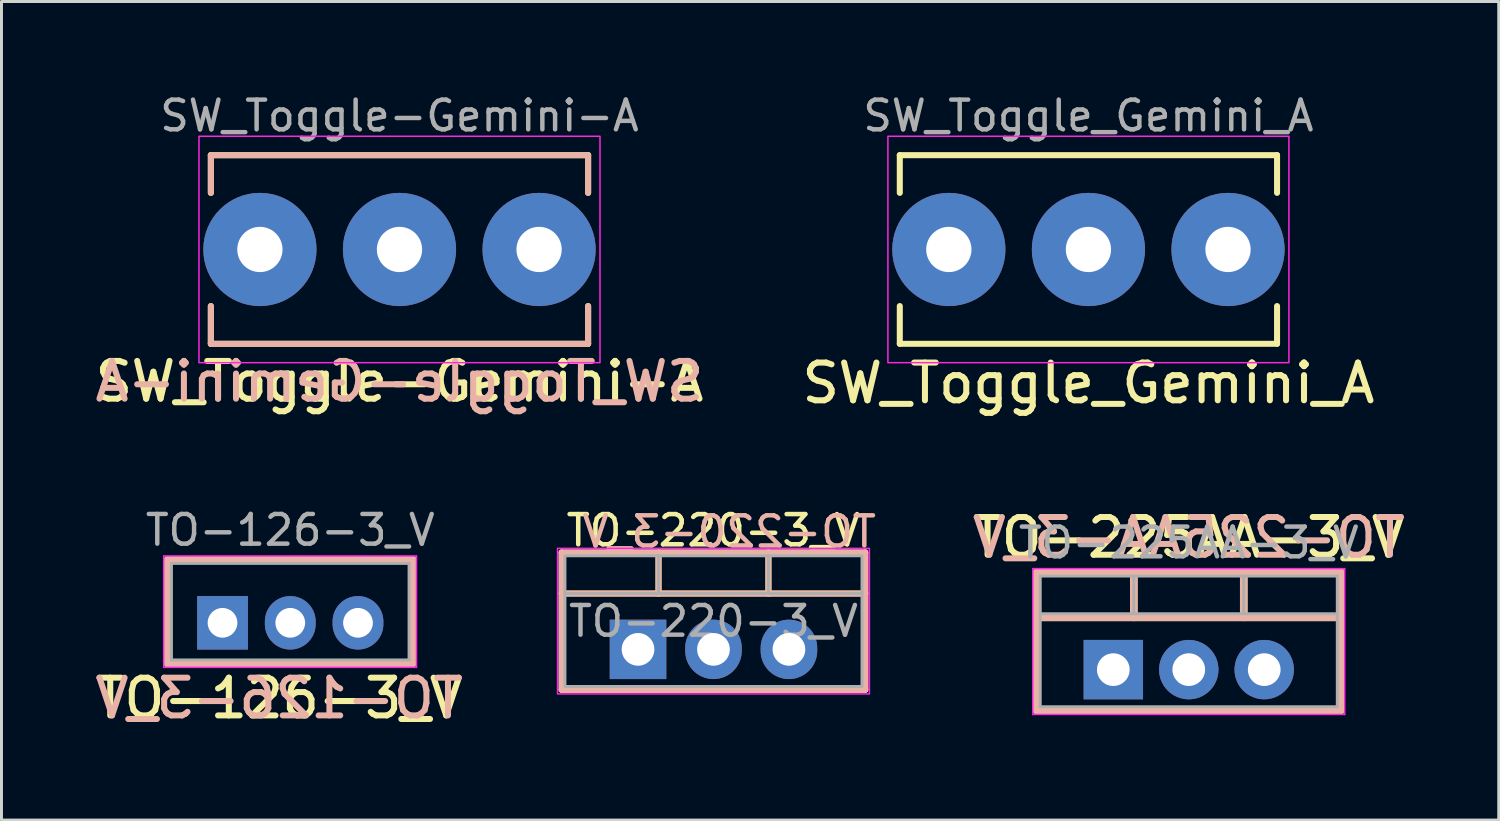
<source format=kicad_pcb>
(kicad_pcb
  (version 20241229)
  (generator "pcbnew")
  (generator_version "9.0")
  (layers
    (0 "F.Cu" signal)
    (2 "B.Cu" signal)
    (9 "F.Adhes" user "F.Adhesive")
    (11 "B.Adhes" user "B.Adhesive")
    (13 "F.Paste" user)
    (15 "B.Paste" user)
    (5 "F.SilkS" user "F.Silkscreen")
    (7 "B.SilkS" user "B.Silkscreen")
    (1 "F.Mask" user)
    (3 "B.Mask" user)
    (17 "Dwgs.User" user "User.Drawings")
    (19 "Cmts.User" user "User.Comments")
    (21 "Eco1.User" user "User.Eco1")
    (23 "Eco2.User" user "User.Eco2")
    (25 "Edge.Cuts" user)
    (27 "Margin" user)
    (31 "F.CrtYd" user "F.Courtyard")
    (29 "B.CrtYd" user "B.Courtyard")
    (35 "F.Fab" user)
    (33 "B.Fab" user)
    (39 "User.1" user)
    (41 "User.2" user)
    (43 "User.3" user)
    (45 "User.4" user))
  (footprint "TO-126-3_V"
    (layer "F.Cu")
    (at 4.441 17.916)
    (property "Reference" "TO-126-3_V" (at 1.905 2.54 0) (layer "F.SilkS") (effects (font (size 1.27 1.27) (thickness 0.203))))
    (attr through_hole)
    (fp_line (start -1.841 -2.12) (end -1.841 1.37) (stroke (width 0.254) (type solid)) (layer "F.SilkS"))
    (fp_line (start -1.841 -2.12) (end 6.4 -2.12) (stroke (width 0.254) (type solid)) (layer "F.SilkS"))
    (fp_line (start -1.841 1.37) (end 6.4 1.37) (stroke (width 0.254) (type solid)) (layer "F.SilkS"))
    (fp_line (start 6.4 -2.12) (end 6.4 1.37) (stroke (width 0.254) (type solid)) (layer "F.SilkS"))
    (fp_line (start -1.841 -2.12) (end -1.841 1.37) (stroke (width 0.254) (type solid)) (layer "B.SilkS"))
    (fp_line (start -1.841 -2.12) (end 6.4 -2.12) (stroke (width 0.254) (type solid)) (layer "B.SilkS"))
    (fp_line (start -1.841 1.37) (end 6.4 1.37) (stroke (width 0.254) (type solid)) (layer "B.SilkS"))
    (fp_line (start 6.4 -2.12) (end 6.4 1.37) (stroke (width 0.254) (type solid)) (layer "B.SilkS"))
    (fp_line (start -1.98 -2.25) (end -1.98 1.5) (stroke (width 0.05) (type solid)) (layer "F.CrtYd"))
    (fp_line (start -1.98 1.5) (end 6.53 1.5) (stroke (width 0.05) (type solid)) (layer "F.CrtYd"))
    (fp_line (start 6.53 -2.25) (end -1.98 -2.25) (stroke (width 0.05) (type solid)) (layer "F.CrtYd"))
    (fp_line (start 6.53 1.5) (end 6.53 -2.25) (stroke (width 0.05) (type solid)) (layer "F.CrtYd"))
    (fp_line (start -1.72 -2) (end -1.72 1.25) (stroke (width 0.1) (type solid)) (layer "F.Fab"))
    (fp_line (start -1.72 1.25) (end 6.28 1.25) (stroke (width 0.1) (type solid)) (layer "F.Fab"))
    (fp_line (start 6.28 -2) (end -1.72 -2) (stroke (width 0.1) (type solid)) (layer "F.Fab"))
    (fp_line (start 6.28 1.25) (end 6.28 -2) (stroke (width 0.1) (type solid)) (layer "F.Fab"))
    (fp_text user "${Reference}" (at 1.905 2.54 0) (unlocked yes) (layer "B.SilkS") (effects (font (size 1.27 1.27) (thickness 0.203)) (justify mirror)))
    (fp_text user "${REFERENCE}" (at 2.28 -3.12 0) (layer "F.Fab") (effects (font (size 1 1) (thickness 0.15))))
    (pad "1" thru_hole rect (at 0 0) (size 1.71 1.8) (drill 1) (layers "*.Cu" "*.Mask"))
    (pad "2" thru_hole oval (at 2.28 0) (size 1.71 1.8) (drill 1) (layers "*.Cu" "*.Mask"))
    (pad "3" thru_hole oval (at 4.56 0) (size 1.71 1.8) (drill 1) (layers "*.Cu" "*.Mask")))
  (footprint "TO-225AA-3_V"
    (layer "F.Cu")
    (at 34.428 19.492)
    (property "Reference" "TO-225AA-3_V" (at 2.54 -4.445 0) (layer "F.SilkS") (effects (font (size 1.27 1.27) (thickness 0.203))))
    (attr through_hole)
    (fp_line (start -2.58 -3.27) (end -2.58 1.371) (stroke (width 0.254) (type solid)) (layer "F.SilkS"))
    (fp_line (start -2.58 -3.27) (end 7.66 -3.27) (stroke (width 0.254) (type solid)) (layer "F.SilkS"))
    (fp_line (start -2.58 -1.76) (end 7.66 -1.76) (stroke (width 0.254) (type solid)) (layer "F.SilkS"))
    (fp_line (start -2.58 1.371) (end 7.66 1.371) (stroke (width 0.254) (type solid)) (layer "F.SilkS"))
    (fp_line (start 0.69 -3.27) (end 0.69 -1.76) (stroke (width 0.254) (type solid)) (layer "F.SilkS"))
    (fp_line (start 4.391 -3.27) (end 4.391 -1.76) (stroke (width 0.254) (type solid)) (layer "F.SilkS"))
    (fp_line (start 7.66 -3.27) (end 7.66 1.371) (stroke (width 0.254) (type solid)) (layer "F.SilkS"))
    (fp_line (start -2.58 -3.27) (end -2.58 1.371) (stroke (width 0.254) (type solid)) (layer "B.SilkS"))
    (fp_line (start -2.58 -3.27) (end 7.66 -3.27) (stroke (width 0.254) (type solid)) (layer "B.SilkS"))
    (fp_line (start -2.58 -1.76) (end 7.66 -1.76) (stroke (width 0.254) (type solid)) (layer "B.SilkS"))
    (fp_line (start -2.58 1.371) (end 7.66 1.371) (stroke (width 0.254) (type solid)) (layer "B.SilkS"))
    (fp_line (start 0.69 -3.27) (end 0.69 -1.76) (stroke (width 0.254) (type solid)) (layer "B.SilkS"))
    (fp_line (start 4.391 -3.27) (end 4.391 -1.76) (stroke (width 0.254) (type solid)) (layer "B.SilkS"))
    (fp_line (start 7.66 -3.27) (end 7.66 1.371) (stroke (width 0.254) (type solid)) (layer "B.SilkS"))
    (fp_line (start -2.71 -3.4) (end -2.71 1.51) (stroke (width 0.05) (type solid)) (layer "F.CrtYd"))
    (fp_line (start -2.71 1.51) (end 7.79 1.51) (stroke (width 0.05) (type solid)) (layer "F.CrtYd"))
    (fp_line (start 7.79 -3.4) (end -2.71 -3.4) (stroke (width 0.05) (type solid)) (layer "F.CrtYd"))
    (fp_line (start 7.79 1.51) (end 7.79 -3.4) (stroke (width 0.05) (type solid)) (layer "F.CrtYd"))
    (fp_line (start -2.46 -3.15) (end -2.46 1.25) (stroke (width 0.1) (type solid)) (layer "F.Fab"))
    (fp_line (start -2.46 -1.88) (end 7.54 -1.88) (stroke (width 0.1) (type solid)) (layer "F.Fab"))
    (fp_line (start -2.46 1.25) (end 7.54 1.25) (stroke (width 0.1) (type solid)) (layer "F.Fab"))
    (fp_line (start 0.69 -3.15) (end 0.69 -1.88) (stroke (width 0.1) (type solid)) (layer "F.Fab"))
    (fp_line (start 4.39 -3.15) (end 4.39 -1.88) (stroke (width 0.1) (type solid)) (layer "F.Fab"))
    (fp_line (start 7.54 -3.15) (end -2.46 -3.15) (stroke (width 0.1) (type solid)) (layer "F.Fab"))
    (fp_line (start 7.54 1.25) (end 7.54 -3.15) (stroke (width 0.1) (type solid)) (layer "F.Fab"))
    (fp_text user "${Reference}" (at 2.54 -4.445 0) (unlocked yes) (layer "B.SilkS") (effects (font (size 1.27 1.27) (thickness 0.203)) (justify mirror)))
    (fp_text user "${REFERENCE}" (at 2.54 -4.27 0) (layer "F.Fab") (effects (font (size 1 1) (thickness 0.15))))
    (pad "1" thru_hole rect (at 0 0) (size 2 2) (drill 1.1) (layers "*.Cu" "*.Mask"))
    (pad "2" thru_hole oval (at 2.54 0) (size 2 2) (drill 1.1) (layers "*.Cu" "*.Mask"))
    (pad "3" thru_hole oval (at 5.08 0) (size 2 2) (drill 1.1) (layers "*.Cu" "*.Mask")))
  (footprint "SW_Toggle_Gemini_A"
    (layer "F.Cu")
    (at 33.59 5.348)
    (property "Reference" "SW_Toggle_Gemini_A" (at 0 4.5 0) (unlocked yes) (layer "F.SilkS") (effects (font (size 1.27 1.27) (thickness 0.203))))
    (attr through_hole)
    (fp_line (start -6.35 -3.175) (end 6.35 -3.175) (stroke (width 0.203) (type default)) (layer "F.SilkS"))
    (fp_line (start -6.35 -1.905) (end -6.35 -3.175) (stroke (width 0.203) (type default)) (layer "F.SilkS"))
    (fp_line (start -6.35 3.175) (end -6.35 1.905) (stroke (width 0.203) (type default)) (layer "F.SilkS"))
    (fp_line (start 6.35 -3.175) (end 6.35 -1.905) (stroke (width 0.203) (type default)) (layer "F.SilkS"))
    (fp_line (start 6.35 1.905) (end 6.35 3.175) (stroke (width 0.203) (type default)) (layer "F.SilkS"))
    (fp_line (start 6.35 3.175) (end -6.35 3.175) (stroke (width 0.203) (type default)) (layer "F.SilkS"))
    (fp_rect (start -6.75 -3.81) (end 6.75 3.81) (stroke (width 0.05) (type default)) (fill no) (layer "F.CrtYd"))
    (fp_text user "${REFERENCE}" (at 0 -4.5 0) (unlocked yes) (layer "F.Fab") (effects (font (size 1 1) (thickness 0.15))))
    (pad "1" thru_hole circle (at -4.699 0) (size 3.81 3.81) (drill 1.524) (layers "*.Cu" "*.Mask"))
    (pad "2" thru_hole circle (at 0 0) (size 3.81 3.81) (drill 1.524) (layers "*.Cu" "*.Mask"))
    (pad "3" thru_hole circle (at 4.699 0) (size 3.81 3.81) (drill 1.524) (layers "*.Cu" "*.Mask")))
  (footprint "SW_Toggle-Gemini-A"
    (layer "F.Cu")
    (at 10.398 5.348)
    (property "Reference" "SW_Toggle-Gemini-A" (at 0 4.445 0) (unlocked yes) (layer "F.SilkS") (effects (font (size 1.27 1.27) (thickness 0.203))))
    (attr through_hole)
    (fp_line (start -6.35 -3.175) (end 6.35 -3.175) (stroke (width 0.203) (type default)) (layer "F.SilkS"))
    (fp_line (start -6.35 -1.905) (end -6.35 -3.175) (stroke (width 0.203) (type default)) (layer "F.SilkS"))
    (fp_line (start -6.35 3.175) (end -6.35 1.905) (stroke (width 0.203) (type default)) (layer "F.SilkS"))
    (fp_line (start 6.35 -3.175) (end 6.35 -1.905) (stroke (width 0.203) (type default)) (layer "F.SilkS"))
    (fp_line (start 6.35 1.905) (end 6.35 3.175) (stroke (width 0.203) (type default)) (layer "F.SilkS"))
    (fp_line (start 6.35 3.175) (end -6.35 3.175) (stroke (width 0.203) (type default)) (layer "F.SilkS"))
    (fp_line (start -6.35 -3.175) (end 6.35 -3.175) (stroke (width 0.203) (type default)) (layer "B.SilkS"))
    (fp_line (start -6.35 -1.905) (end -6.35 -3.175) (stroke (width 0.203) (type default)) (layer "B.SilkS"))
    (fp_line (start -6.35 3.175) (end -6.35 1.905) (stroke (width 0.203) (type default)) (layer "B.SilkS"))
    (fp_line (start 6.35 -3.175) (end 6.35 -1.905) (stroke (width 0.203) (type default)) (layer "B.SilkS"))
    (fp_line (start 6.35 1.905) (end 6.35 3.175) (stroke (width 0.203) (type default)) (layer "B.SilkS"))
    (fp_line (start 6.35 3.175) (end -6.35 3.175) (stroke (width 0.203) (type default)) (layer "B.SilkS"))
    (fp_rect (start -6.75 -3.81) (end 6.75 3.81) (stroke (width 0.05) (type default)) (fill no) (layer "F.CrtYd"))
    (fp_text user "${Reference}" (at 0 4.445 0) (unlocked yes) (layer "B.SilkS") (effects (font (size 1.27 1.27) (thickness 0.203)) (justify mirror)))
    (fp_text user "${REFERENCE}" (at 0 -4.5 0) (unlocked yes) (layer "F.Fab") (effects (font (size 1 1) (thickness 0.15))))
    (pad "1" thru_hole circle (at -4.699 0) (size 3.81 3.81) (drill 1.524) (layers "*.Cu" "*.Mask"))
    (pad "2" thru_hole circle (at 0 0) (size 3.81 3.81) (drill 1.524) (layers "*.Cu" "*.Mask"))
    (pad "3" thru_hole circle (at 4.699 0) (size 3.81 3.81) (drill 1.524) (layers "*.Cu" "*.Mask")))
  (footprint "TO-220-3_V"
    (layer "F.Cu")
    (at 18.428 18.81)
    (property "Reference" "TO-220-3_V" (at 2.535 -4 0) (layer "F.SilkS") (effects (font (size 1.016 1.016) (thickness 0.152))))
    (attr through_hole)
    (fp_line (start -2.57 -3.26) (end 7.65 -3.26) (stroke (width 0.203) (type solid)) (layer "F.SilkS"))
    (fp_line (start -2.57 -1.88) (end 7.65 -1.88) (stroke (width 0.203) (type solid)) (layer "F.SilkS"))
    (fp_line (start -2.57 1.36) (end -2.57 -3.26) (stroke (width 0.203) (type solid)) (layer "F.SilkS"))
    (fp_line (start 0.69 -3.26) (end 0.69 -1.88) (stroke (width 0.203) (type solid)) (layer "F.SilkS"))
    (fp_line (start 4.39 -3.26) (end 4.39 -1.88) (stroke (width 0.203) (type solid)) (layer "F.SilkS"))
    (fp_line (start 7.65 -3.26) (end 7.65 1.36) (stroke (width 0.203) (type solid)) (layer "F.SilkS"))
    (fp_line (start 7.65 1.36) (end -2.57 1.36) (stroke (width 0.203) (type solid)) (layer "F.SilkS"))
    (fp_line (start -2.57 -3.26) (end 7.65 -3.26) (stroke (width 0.203) (type solid)) (layer "B.SilkS"))
    (fp_line (start -2.57 -1.88) (end 7.65 -1.88) (stroke (width 0.203) (type solid)) (layer "B.SilkS"))
    (fp_line (start -2.57 1.36) (end -2.57 -3.26) (stroke (width 0.203) (type solid)) (layer "B.SilkS"))
    (fp_line (start 0.69 -3.26) (end 0.69 -1.88) (stroke (width 0.203) (type solid)) (layer "B.SilkS"))
    (fp_line (start 4.39 -3.26) (end 4.39 -1.88) (stroke (width 0.203) (type solid)) (layer "B.SilkS"))
    (fp_line (start 7.65 -3.26) (end 7.65 1.36) (stroke (width 0.203) (type solid)) (layer "B.SilkS"))
    (fp_line (start 7.65 1.36) (end -2.57 1.36) (stroke (width 0.203) (type solid)) (layer "B.SilkS"))
    (fp_rect (start -2.71 -3.4) (end 7.79 1.5) (stroke (width 0.05) (type solid)) (fill no) (layer "F.CrtYd"))
    (fp_line (start -2.46 -1.88) (end 7.54 -1.88) (stroke (width 0.1) (type solid)) (layer "F.Fab"))
    (fp_line (start 0.69 -3.15) (end 0.69 -1.88) (stroke (width 0.1) (type solid)) (layer "F.Fab"))
    (fp_line (start 4.39 -3.15) (end 4.39 -1.88) (stroke (width 0.1) (type solid)) (layer "F.Fab"))
    (fp_rect (start -2.46 -3.15) (end 7.54 1.25) (stroke (width 0.1) (type solid)) (fill no) (layer "F.Fab"))
    (fp_text user "${REFERENCE}" (at 8.105 -3.365 0) (unlocked yes) (layer "B.SilkS") (effects (font (size 1.016 1.016) (thickness 0.152)) (justify left bottom mirror)))
    (fp_text user "${REFERENCE}" (at 2.54 -0.95 0) (layer "F.Fab") (effects (font (size 1 1) (thickness 0.15))))
    (pad "1" thru_hole rect (at 0 0) (size 1.905 2) (drill 1.1) (layers "*.Cu" "*.Mask"))
    (pad "2" thru_hole oval (at 2.54 0) (size 1.905 2) (drill 1.1) (layers "*.Cu" "*.Mask"))
    (pad "3" thru_hole oval (at 5.08 0) (size 1.905 2) (drill 1.1) (layers "*.Cu" "*.Mask")))
  (gr_rect
    (start -3 -3)
    (end 47.403 24.556)
    (stroke (width 0.1) (type default))
    (fill no)
    (layer "Edge.Cuts")))
</source>
